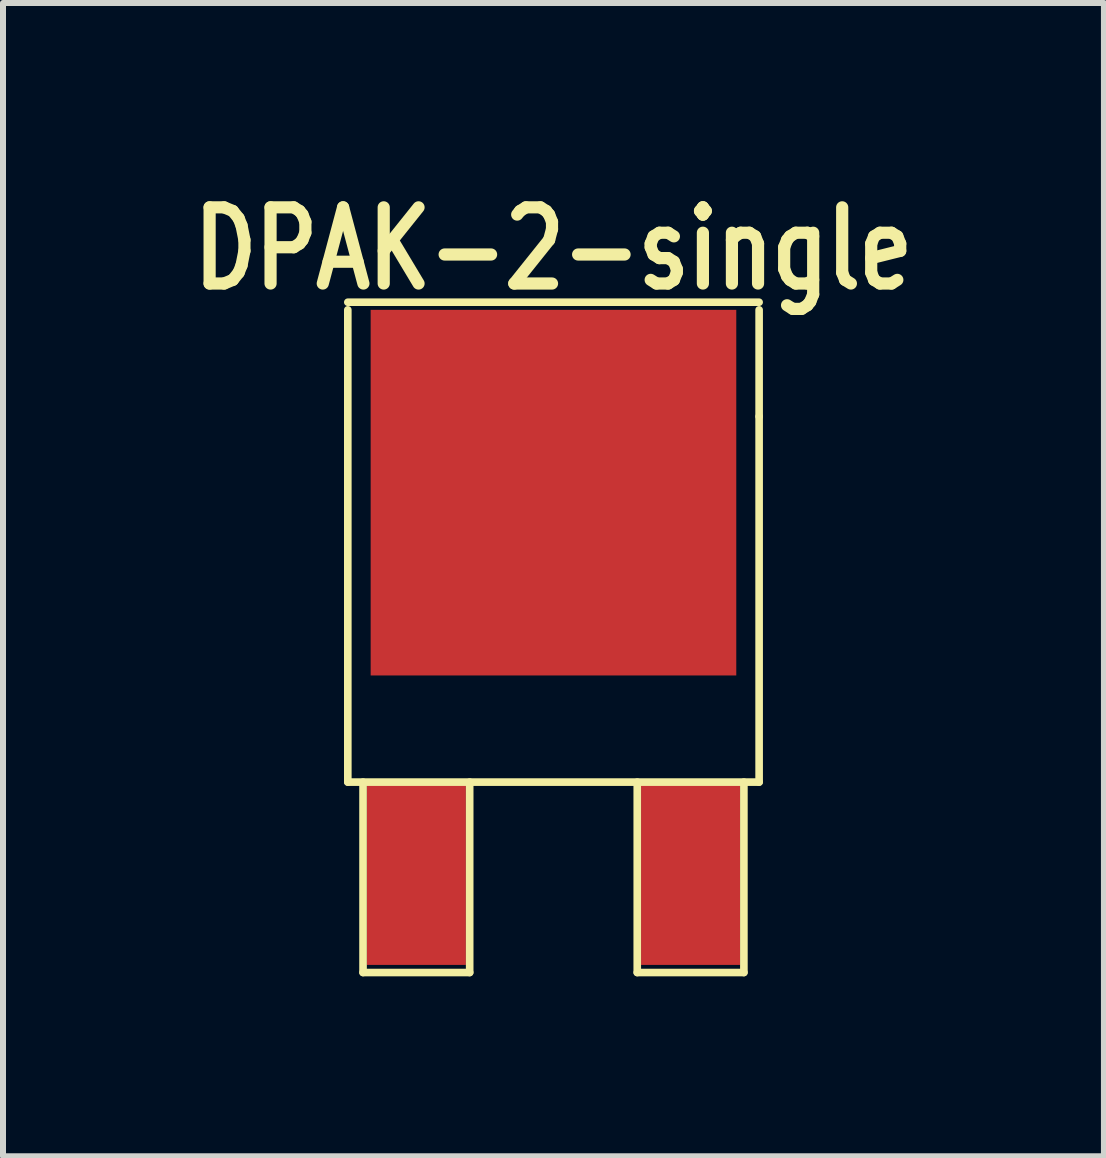
<source format=kicad_pcb>
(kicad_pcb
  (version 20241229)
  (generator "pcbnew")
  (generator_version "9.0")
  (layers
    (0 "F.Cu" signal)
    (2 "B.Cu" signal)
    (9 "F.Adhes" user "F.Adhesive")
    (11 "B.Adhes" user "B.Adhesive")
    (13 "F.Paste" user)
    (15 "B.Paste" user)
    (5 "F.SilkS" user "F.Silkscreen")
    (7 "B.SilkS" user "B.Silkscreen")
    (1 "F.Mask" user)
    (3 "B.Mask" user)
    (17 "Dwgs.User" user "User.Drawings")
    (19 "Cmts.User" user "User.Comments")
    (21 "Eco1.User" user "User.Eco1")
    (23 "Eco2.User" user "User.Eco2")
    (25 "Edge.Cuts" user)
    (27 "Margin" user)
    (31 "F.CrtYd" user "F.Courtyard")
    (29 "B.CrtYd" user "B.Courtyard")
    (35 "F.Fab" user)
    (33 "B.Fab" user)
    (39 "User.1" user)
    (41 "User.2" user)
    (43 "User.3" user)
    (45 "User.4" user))
  (footprint "DPAK-2-single"
    (layer "F.Cu")
    (at 6.178 11.514)
    (property "Reference" "DPAK-2-single" (at 0 -10.414 0) (layer "F.SilkS") (effects (font (size 1.27 1.016) (thickness 0.203))))
    (attr smd)
    (fp_line (start -3.429 -9.525) (end 3.429 -9.525) (stroke (width 0.127) (type solid)) (layer "F.SilkS"))
    (fp_line (start -3.429 -1.524) (end -3.429 -9.398) (stroke (width 0.127) (type solid)) (layer "F.SilkS"))
    (fp_line (start -3.175 -1.524) (end -3.175 1.651) (stroke (width 0.127) (type solid)) (layer "F.SilkS"))
    (fp_line (start -3.175 1.651) (end -1.397 1.651) (stroke (width 0.127) (type solid)) (layer "F.SilkS"))
    (fp_line (start -1.397 1.651) (end -1.397 -1.524) (stroke (width 0.127) (type solid)) (layer "F.SilkS"))
    (fp_line (start 1.397 -1.524) (end 1.397 1.651) (stroke (width 0.127) (type solid)) (layer "F.SilkS"))
    (fp_line (start 1.397 1.651) (end 3.175 1.651) (stroke (width 0.127) (type solid)) (layer "F.SilkS"))
    (fp_line (start 3.175 1.651) (end 3.175 -1.524) (stroke (width 0.127) (type solid)) (layer "F.SilkS"))
    (fp_line (start 3.429 -9.398) (end 3.429 -7.62) (stroke (width 0.127) (type solid)) (layer "F.SilkS"))
    (fp_line (start 3.429 -7.62) (end 3.429 -1.524) (stroke (width 0.127) (type solid)) (layer "F.SilkS"))
    (fp_line (start 3.429 -1.524) (end -3.429 -1.524) (stroke (width 0.127) (type solid)) (layer "F.SilkS"))
    (pad "1" smd rect (at -2.286 0) (size 1.651 3.048) (layers "F.Cu" "F.Mask" "F.Paste"))
    (pad "1" smd rect (at 2.286 0) (size 1.651 3.048) (layers "F.Cu" "F.Mask" "F.Paste"))
    (pad "2" smd rect (at 0 -6.35) (size 6.096 6.096) (layers "F.Cu" "F.Mask" "F.Paste")))
  (gr_rect
    (start -3 -3)
    (end 15.356 16.228)
    (stroke (width 0.1) (type default))
    (fill no)
    (layer "Edge.Cuts")))
</source>
